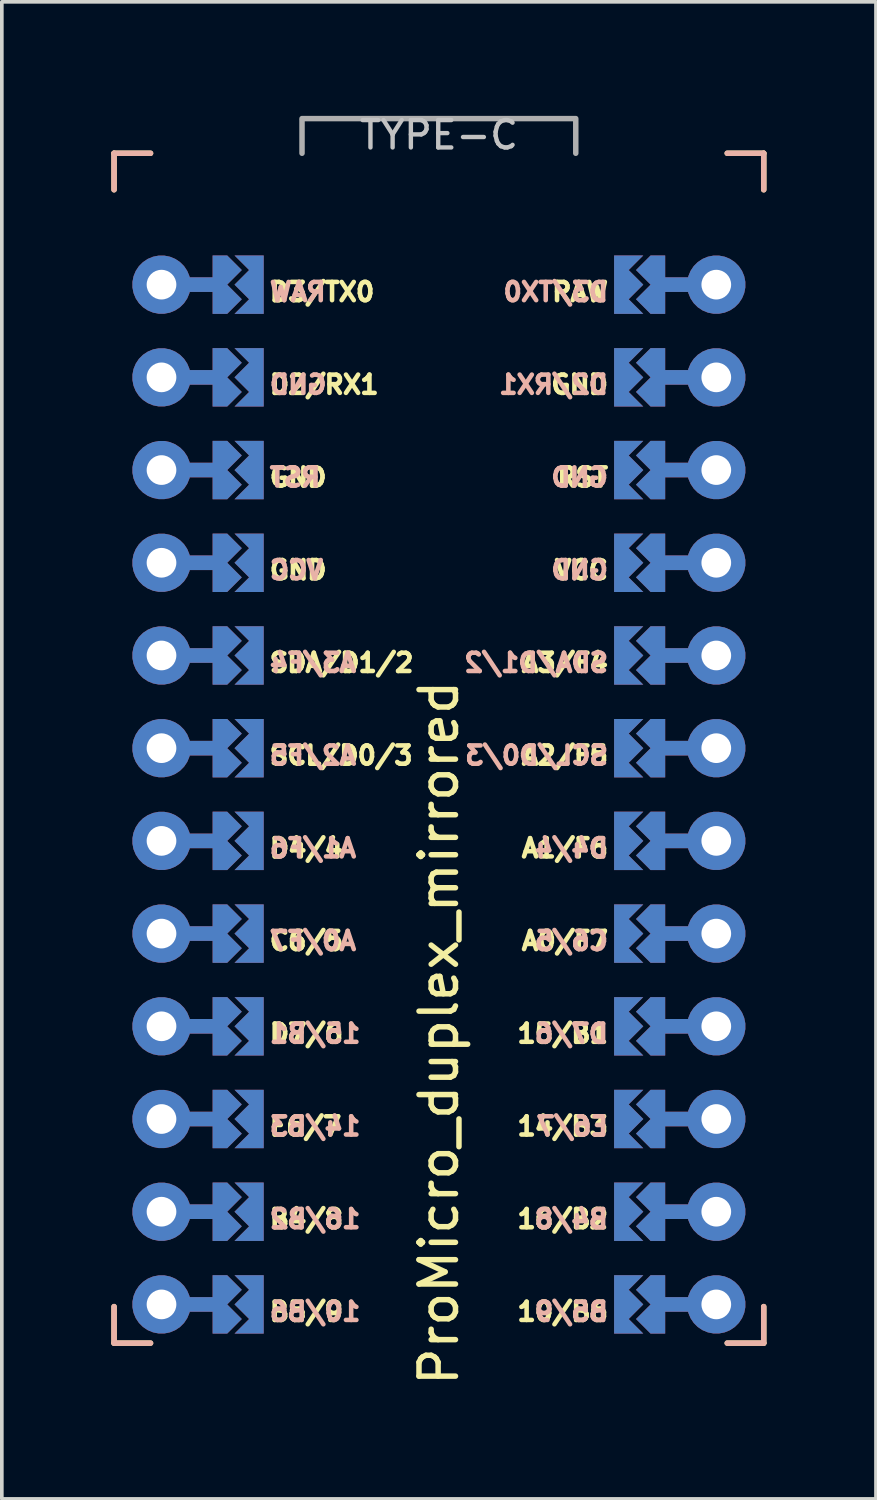
<source format=kicad_pcb>
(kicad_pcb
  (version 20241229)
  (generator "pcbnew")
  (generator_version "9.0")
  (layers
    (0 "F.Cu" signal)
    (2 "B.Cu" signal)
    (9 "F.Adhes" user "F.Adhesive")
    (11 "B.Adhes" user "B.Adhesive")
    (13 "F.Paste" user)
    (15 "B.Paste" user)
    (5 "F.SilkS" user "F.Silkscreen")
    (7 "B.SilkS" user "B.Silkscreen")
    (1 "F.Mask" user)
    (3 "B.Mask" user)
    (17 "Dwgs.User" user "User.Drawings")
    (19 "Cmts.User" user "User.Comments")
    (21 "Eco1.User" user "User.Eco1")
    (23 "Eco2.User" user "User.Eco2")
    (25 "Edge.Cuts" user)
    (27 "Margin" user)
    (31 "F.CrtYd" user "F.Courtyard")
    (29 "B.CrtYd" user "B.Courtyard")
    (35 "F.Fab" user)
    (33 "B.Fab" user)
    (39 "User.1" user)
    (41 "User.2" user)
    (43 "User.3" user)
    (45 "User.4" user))
  (footprint "ProMicro_duplex_mirrored"
    (layer "F.Cu")
    (at 8.975 17.449)
    (property "Reference" "ProMicro_duplex_mirrored" (at 0 7.8 270) (layer "F.SilkS") (effects (font (size 1 1) (thickness 0.15))))
    (attr through_hole)
    (fp_line (start -8.9 -16.3) (end -8.9 -15.3) (stroke (width 0.15) (type solid)) (layer "F.SilkS"))
    (fp_line (start -8.9 -16.3) (end -7.9 -16.3) (stroke (width 0.15) (type solid)) (layer "F.SilkS"))
    (fp_line (start -8.9 15.3) (end -8.9 16.3) (stroke (width 0.15) (type solid)) (layer "F.SilkS"))
    (fp_line (start -8.9 16.3) (end -7.9 16.3) (stroke (width 0.15) (type solid)) (layer "F.SilkS"))
    (fp_line (start 8.9 -16.3) (end 7.9 -16.3) (stroke (width 0.15) (type solid)) (layer "F.SilkS"))
    (fp_line (start 8.9 -16.3) (end 8.9 -15.3) (stroke (width 0.15) (type solid)) (layer "F.SilkS"))
    (fp_line (start 8.9 15.3) (end 8.9 16.3) (stroke (width 0.15) (type solid)) (layer "F.SilkS"))
    (fp_line (start 8.9 16.3) (end 7.9 16.3) (stroke (width 0.15) (type solid)) (layer "F.SilkS"))
    (fp_line (start -8.9 -16.3) (end -8.9 -15.3) (stroke (width 0.15) (type solid)) (layer "B.SilkS"))
    (fp_line (start -8.9 -16.3) (end -7.9 -16.3) (stroke (width 0.15) (type solid)) (layer "B.SilkS"))
    (fp_line (start -8.9 15.3) (end -8.9 16.3) (stroke (width 0.15) (type solid)) (layer "B.SilkS"))
    (fp_line (start -8.9 16.3) (end -7.9 16.3) (stroke (width 0.15) (type solid)) (layer "B.SilkS"))
    (fp_line (start 8.9 -16.3) (end 7.9 -16.3) (stroke (width 0.15) (type solid)) (layer "B.SilkS"))
    (fp_line (start 8.9 -16.3) (end 8.9 -15.3) (stroke (width 0.15) (type solid)) (layer "B.SilkS"))
    (fp_line (start 8.9 15.3) (end 8.9 16.3) (stroke (width 0.15) (type solid)) (layer "B.SilkS"))
    (fp_line (start 8.9 16.3) (end 7.9 16.3) (stroke (width 0.15) (type solid)) (layer "B.SilkS"))
    (fp_line (start -8.9 -16.3) (end -3.75 -16.3) (stroke (width 0.15) (type solid)) (layer "Eco1.User"))
    (fp_line (start -8.9 16.3) (end -8.9 -16.3) (stroke (width 0.15) (type solid)) (layer "Eco1.User"))
    (fp_line (start -8.9 16.3) (end 8.9 16.3) (stroke (width 0.15) (type solid)) (layer "Eco1.User"))
    (fp_line (start -3.75 -16.3) (end 3.75 -16.3) (stroke (width 0.15) (type solid)) (layer "Eco1.User"))
    (fp_line (start 3.75 -16.3) (end 8.9 -16.3) (stroke (width 0.15) (type solid)) (layer "Eco1.User"))
    (fp_line (start 8.9 -16.3) (end 8.9 16.3) (stroke (width 0.15) (type solid)) (layer "Eco1.User"))
    (fp_line (start -3.75 -17.25) (end 3.75 -17.25) (stroke (width 0.15) (type solid)) (layer "F.Fab"))
    (fp_line (start -3.75 -17.2) (end -3.75 -16.3) (stroke (width 0.15) (type solid)) (layer "F.Fab"))
    (fp_line (start 3.75 -17.2) (end 3.75 -16.3) (stroke (width 0.15) (type solid)) (layer "F.Fab"))
    (fp_text user "SDA/D1/2" (at -4.7 -2.34 0) (unlocked yes) (layer "F.SilkS") (effects (font (size 0.5 0.5) (thickness 0.125)) (justify left)))
    (fp_text user "D7/6" (at -4.7 7.82 0) (unlocked yes) (layer "F.SilkS") (effects (font (size 0.5 0.5) (thickness 0.125)) (justify left)))
    (fp_text user "C6/5" (at -4.7 5.28 0) (unlocked yes) (layer "F.SilkS") (effects (font (size 0.5 0.5) (thickness 0.125)) (justify left)))
    (fp_text user "B5/9" (at -4.7 15.44 0) (unlocked yes) (layer "F.SilkS") (effects (font (size 0.5 0.5) (thickness 0.125)) (justify left)))
    (fp_text user "D3/TX0" (at -4.7 -12.5 0) (unlocked yes) (layer "F.SilkS") (effects (font (size 0.5 0.5) (thickness 0.125)) (justify left)))
    (fp_text user "GND" (at 4.7 -9.96 0) (unlocked yes) (layer "F.SilkS") (effects (font (size 0.5 0.5) (thickness 0.125)) (justify right)))
    (fp_text user "D4/4" (at -4.7 2.74 0) (unlocked yes) (layer "F.SilkS") (effects (font (size 0.5 0.5) (thickness 0.125)) (justify left)))
    (fp_text user "A3/F4" (at 4.7 -2.34 0) (unlocked yes) (layer "F.SilkS") (effects (font (size 0.5 0.5) (thickness 0.125)) (justify right)))
    (fp_text user "14/B3" (at 4.7 10.36 0) (unlocked yes) (layer "F.SilkS") (effects (font (size 0.5 0.5) (thickness 0.125)) (justify right)))
    (fp_text user "GND" (at -4.7 -7.42 0) (unlocked yes) (layer "F.SilkS") (effects (font (size 0.5 0.5) (thickness 0.125)) (justify left)))
    (fp_text user "E6/7" (at -4.7 10.36 0) (unlocked yes) (layer "F.SilkS") (effects (font (size 0.5 0.5) (thickness 0.125)) (justify left)))
    (fp_text user "15/B1" (at 4.7 7.82 0) (unlocked yes) (layer "F.SilkS") (effects (font (size 0.5 0.5) (thickness 0.125)) (justify right)))
    (fp_text user "10/B6" (at 4.7 15.44 0) (unlocked yes) (layer "F.SilkS") (effects (font (size 0.5 0.5) (thickness 0.125)) (justify right)))
    (fp_text user "A0/F7" (at 4.7 5.28 0) (unlocked yes) (layer "F.SilkS") (effects (font (size 0.5 0.5) (thickness 0.125)) (justify right)))
    (fp_text user "D2/RX1" (at -4.7 -9.96 0) (unlocked yes) (layer "F.SilkS") (effects (font (size 0.5 0.5) (thickness 0.125)) (justify left)))
    (fp_text user "B4/8" (at -4.7 12.9 0) (unlocked yes) (layer "F.SilkS") (effects (font (size 0.5 0.5) (thickness 0.125)) (justify left)))
    (fp_text user "RST" (at 4.7 -7.42 0) (unlocked yes) (layer "F.SilkS") (effects (font (size 0.5 0.5) (thickness 0.125)) (justify right)))
    (fp_text user "16/B2" (at 4.7 12.9 0) (unlocked yes) (layer "F.SilkS") (effects (font (size 0.5 0.5) (thickness 0.125)) (justify right)))
    (fp_text user "VCC" (at 4.7 -4.88 0) (unlocked yes) (layer "F.SilkS") (effects (font (size 0.5 0.5) (thickness 0.125)) (justify right)))
    (fp_text user "A1/F6" (at 4.7 2.74 0) (unlocked yes) (layer "F.SilkS") (effects (font (size 0.5 0.5) (thickness 0.125)) (justify right)))
    (fp_text user "RAW" (at 4.7 -12.5 0) (unlocked yes) (layer "F.SilkS") (effects (font (size 0.5 0.5) (thickness 0.125)) (justify right)))
    (fp_text user "A2/F5" (at 4.7 0.2 0) (unlocked yes) (layer "F.SilkS") (effects (font (size 0.5 0.5) (thickness 0.125)) (justify right)))
    (fp_text user "GND" (at -4.7 -4.88 0) (unlocked yes) (layer "F.SilkS") (effects (font (size 0.5 0.5) (thickness 0.125)) (justify left)))
    (fp_text user "SCL/D0/3" (at -4.7 0.2 0) (unlocked yes) (layer "F.SilkS") (effects (font (size 0.5 0.5) (thickness 0.125)) (justify left)))
    (fp_text user "GND" (at -4.7 -9.96 0) (unlocked yes) (layer "B.SilkS") (effects (font (size 0.5 0.5) (thickness 0.125)) (justify right mirror)))
    (fp_text user "RST" (at -4.7 -7.42 0) (unlocked yes) (layer "B.SilkS") (effects (font (size 0.5 0.5) (thickness 0.125)) (justify right mirror)))
    (fp_text user "B5/9" (at 4.7 15.44 0) (unlocked yes) (layer "B.SilkS") (effects (font (size 0.5 0.5) (thickness 0.125)) (justify left mirror)))
    (fp_text user "14/B3" (at -4.7 10.36 0) (unlocked yes) (layer "B.SilkS") (effects (font (size 0.5 0.5) (thickness 0.125)) (justify right mirror)))
    (fp_text user "10/B6" (at -4.7 15.44 0) (unlocked yes) (layer "B.SilkS") (effects (font (size 0.5 0.5) (thickness 0.125)) (justify right mirror)))
    (fp_text user "SCL/D0/3" (at 4.7 0.2 0) (unlocked yes) (layer "B.SilkS") (effects (font (size 0.5 0.5) (thickness 0.125)) (justify left mirror)))
    (fp_text user "GND" (at 4.7 -4.88 0) (unlocked yes) (layer "B.SilkS") (effects (font (size 0.5 0.5) (thickness 0.125)) (justify left mirror)))
    (fp_text user "A2/F5" (at -4.7 0.2 0) (unlocked yes) (layer "B.SilkS") (effects (font (size 0.5 0.5) (thickness 0.125)) (justify right mirror)))
    (fp_text user "D7/6" (at 4.7 7.82 0) (unlocked yes) (layer "B.SilkS") (effects (font (size 0.5 0.5) (thickness 0.125)) (justify left mirror)))
    (fp_text user "A1/F6" (at -4.7 2.74 0) (unlocked yes) (layer "B.SilkS") (effects (font (size 0.5 0.5) (thickness 0.125)) (justify right mirror)))
    (fp_text user "SDA/D1/2" (at 4.7 -2.34 0) (unlocked yes) (layer "B.SilkS") (effects (font (size 0.5 0.5) (thickness 0.125)) (justify left mirror)))
    (fp_text user "D4/4" (at 4.7 2.74 0) (unlocked yes) (layer "B.SilkS") (effects (font (size 0.5 0.5) (thickness 0.125)) (justify left mirror)))
    (fp_text user "D3/TX0" (at 4.7 -12.5 0) (unlocked yes) (layer "B.SilkS") (effects (font (size 0.5 0.5) (thickness 0.125)) (justify left mirror)))
    (fp_text user "15/B1" (at -4.7 7.82 0) (unlocked yes) (layer "B.SilkS") (effects (font (size 0.5 0.5) (thickness 0.125)) (justify right mirror)))
    (fp_text user "B4/8" (at 4.7 12.9 0) (unlocked yes) (layer "B.SilkS") (effects (font (size 0.5 0.5) (thickness 0.125)) (justify left mirror)))
    (fp_text user "16/B2" (at -4.7 12.9 0) (unlocked yes) (layer "B.SilkS") (effects (font (size 0.5 0.5) (thickness 0.125)) (justify right mirror)))
    (fp_text user "RAW" (at -4.7 -12.5 0) (unlocked yes) (layer "B.SilkS") (effects (font (size 0.5 0.5) (thickness 0.125)) (justify right mirror)))
    (fp_text user "VCC" (at -4.7 -4.88 0) (unlocked yes) (layer "B.SilkS") (effects (font (size 0.5 0.5) (thickness 0.125)) (justify right mirror)))
    (fp_text user "D2/RX1" (at 4.7 -9.96 0) (unlocked yes) (layer "B.SilkS") (effects (font (size 0.5 0.5) (thickness 0.125)) (justify left mirror)))
    (fp_text user "C6/5" (at 4.7 5.28 0) (unlocked yes) (layer "B.SilkS") (effects (font (size 0.5 0.5) (thickness 0.125)) (justify left mirror)))
    (fp_text user "GND" (at 4.7 -7.42 0) (unlocked yes) (layer "B.SilkS") (effects (font (size 0.5 0.5) (thickness 0.125)) (justify left mirror)))
    (fp_text user "A3/F4" (at -4.7 -2.34 0) (unlocked yes) (layer "B.SilkS") (effects (font (size 0.5 0.5) (thickness 0.125)) (justify right mirror)))
    (fp_text user "E6/7" (at 4.7 10.36 0) (unlocked yes) (layer "B.SilkS") (effects (font (size 0.5 0.5) (thickness 0.125)) (justify left mirror)))
    (fp_text user "A0/F7" (at -4.7 5.28 0) (unlocked yes) (layer "B.SilkS") (effects (font (size 0.5 0.5) (thickness 0.125)) (justify right mirror)))
    (fp_text user "TYPE-C" (at 0 -16.8 0) (layer "Dwgs.User") (effects (font (size 0.75 0.75) (thickness 0.12))))
    (pad "" thru_hole custom (at -7.6 -12.7 90) (size 1.6 1.6) (drill 0.813) (layers "*.Cu" "*.Paste" "*.Mask") (options (anchor circle)) (primitives (gr_poly (pts (xy 0.2 0.7) (xy 0.2 1.4) (xy 0.8 1.4) (xy 0.8 1.8) (xy 0.4 2.2) (xy 0 1.8) (xy -0.4 2.2) (xy -0.8 1.8) (xy -0.8 1.4) (xy -0.2 1.4) (xy -0.2 0.7)) (width 0) (fill yes))))
    (pad "" thru_hole custom (at -7.6 -10.16 90) (size 1.6 1.6) (drill 0.813) (layers "*.Cu" "*.Paste" "*.Mask") (options (anchor circle)) (primitives (gr_poly (pts (xy 0.2 0.7) (xy 0.2 1.4) (xy 0.8 1.4) (xy 0.8 1.8) (xy 0.4 2.2) (xy 0 1.8) (xy -0.4 2.2) (xy -0.8 1.8) (xy -0.8 1.4) (xy -0.2 1.4) (xy -0.2 0.7)) (width 0) (fill yes))))
    (pad "" thru_hole custom (at -7.6 -7.62 90) (size 1.6 1.6) (drill 0.813) (layers "*.Cu" "*.Paste" "*.Mask") (options (anchor circle)) (primitives (gr_poly (pts (xy 0.2 0.7) (xy 0.2 1.4) (xy 0.8 1.4) (xy 0.8 1.8) (xy 0.4 2.2) (xy 0 1.8) (xy -0.4 2.2) (xy -0.8 1.8) (xy -0.8 1.4) (xy -0.2 1.4) (xy -0.2 0.7)) (width 0) (fill yes))))
    (pad "" thru_hole custom (at -7.6 -5.08 90) (size 1.6 1.6) (drill 0.813) (layers "*.Cu" "*.Paste" "*.Mask") (options (anchor circle)) (primitives (gr_poly (pts (xy 0.2 0.7) (xy 0.2 1.4) (xy 0.8 1.4) (xy 0.8 1.8) (xy 0.4 2.2) (xy 0 1.8) (xy -0.4 2.2) (xy -0.8 1.8) (xy -0.8 1.4) (xy -0.2 1.4) (xy -0.2 0.7)) (width 0) (fill yes))))
    (pad "" thru_hole custom (at -7.6 -2.54 90) (size 1.6 1.6) (drill 0.813) (layers "*.Cu" "*.Paste" "*.Mask") (options (anchor circle)) (primitives (gr_poly (pts (xy 0.2 0.7) (xy 0.2 1.4) (xy 0.8 1.4) (xy 0.8 1.8) (xy 0.4 2.2) (xy 0 1.8) (xy -0.4 2.2) (xy -0.8 1.8) (xy -0.8 1.4) (xy -0.2 1.4) (xy -0.2 0.7)) (width 0) (fill yes))))
    (pad "" thru_hole custom (at -7.6 0 90) (size 1.6 1.6) (drill 0.813) (layers "*.Cu" "*.Paste" "*.Mask") (options (anchor circle)) (primitives (gr_poly (pts (xy 0.2 0.7) (xy 0.2 1.4) (xy 0.8 1.4) (xy 0.8 1.8) (xy 0.4 2.2) (xy 0 1.8) (xy -0.4 2.2) (xy -0.8 1.8) (xy -0.8 1.4) (xy -0.2 1.4) (xy -0.2 0.7)) (width 0) (fill yes))))
    (pad "" thru_hole custom (at -7.6 2.54 90) (size 1.6 1.6) (drill 0.813) (layers "*.Cu" "*.Paste" "*.Mask") (options (anchor circle)) (primitives (gr_poly (pts (xy 0.2 0.7) (xy 0.2 1.4) (xy 0.8 1.4) (xy 0.8 1.8) (xy 0.4 2.2) (xy 0 1.8) (xy -0.4 2.2) (xy -0.8 1.8) (xy -0.8 1.4) (xy -0.2 1.4) (xy -0.2 0.7)) (width 0) (fill yes))))
    (pad "" thru_hole custom (at -7.6 5.08 90) (size 1.6 1.6) (drill 0.813) (layers "*.Cu" "*.Paste" "*.Mask") (options (anchor circle)) (primitives (gr_poly (pts (xy 0.2 0.7) (xy 0.2 1.4) (xy 0.8 1.4) (xy 0.8 1.8) (xy 0.4 2.2) (xy 0 1.8) (xy -0.4 2.2) (xy -0.8 1.8) (xy -0.8 1.4) (xy -0.2 1.4) (xy -0.2 0.7)) (width 0) (fill yes))))
    (pad "" thru_hole custom (at -7.6 7.62 90) (size 1.6 1.6) (drill 0.813) (layers "*.Cu" "*.Paste" "*.Mask") (options (anchor circle)) (primitives (gr_poly (pts (xy 0.2 0.7) (xy 0.2 1.4) (xy 0.8 1.4) (xy 0.8 1.8) (xy 0.4 2.2) (xy 0 1.8) (xy -0.4 2.2) (xy -0.8 1.8) (xy -0.8 1.4) (xy -0.2 1.4) (xy -0.2 0.7)) (width 0) (fill yes))))
    (pad "" thru_hole custom (at -7.6 10.16 90) (size 1.6 1.6) (drill 0.813) (layers "*.Cu" "*.Paste" "*.Mask") (options (anchor circle)) (primitives (gr_poly (pts (xy 0.2 0.7) (xy 0.2 1.4) (xy 0.8 1.4) (xy 0.8 1.8) (xy 0.4 2.2) (xy 0 1.8) (xy -0.4 2.2) (xy -0.8 1.8) (xy -0.8 1.4) (xy -0.2 1.4) (xy -0.2 0.7)) (width 0) (fill yes))))
    (pad "" thru_hole custom (at -7.6 12.7 90) (size 1.6 1.6) (drill 0.813) (layers "*.Cu" "*.Paste" "*.Mask") (options (anchor circle)) (primitives (gr_poly (pts (xy 0.2 0.7) (xy 0.2 1.4) (xy 0.8 1.4) (xy 0.8 1.8) (xy 0.4 2.2) (xy 0 1.8) (xy -0.4 2.2) (xy -0.8 1.8) (xy -0.8 1.4) (xy -0.2 1.4) (xy -0.2 0.7)) (width 0) (fill yes))))
    (pad "" thru_hole custom (at -7.6 15.24 90) (size 1.6 1.6) (drill 0.813) (layers "*.Cu" "*.Paste" "*.Mask") (options (anchor circle)) (primitives (gr_poly (pts (xy 0.2 0.7) (xy 0.2 1.4) (xy 0.8 1.4) (xy 0.8 1.8) (xy 0.4 2.2) (xy 0 1.8) (xy -0.4 2.2) (xy -0.8 1.8) (xy -0.8 1.4) (xy -0.2 1.4) (xy -0.2 0.7)) (width 0) (fill yes))))
    (pad "" thru_hole custom (at 7.6 -12.7 270) (size 1.6 1.6) (drill 0.813) (layers "*.Cu" "*.Paste" "*.Mask") (options (anchor circle)) (primitives (gr_poly (pts (xy -0.2 0.7) (xy -0.2 1.4) (xy -0.8 1.4) (xy -0.8 1.8) (xy -0.4 2.2) (xy 0 1.8) (xy 0.4 2.2) (xy 0.8 1.8) (xy 0.8 1.4) (xy 0.2 1.4) (xy 0.2 0.7)) (width 0) (fill yes))))
    (pad "" thru_hole custom (at 7.6 -10.16 270) (size 1.6 1.6) (drill 0.813) (layers "*.Cu" "*.Paste" "*.Mask") (options (anchor circle)) (primitives (gr_poly (pts (xy -0.2 0.7) (xy -0.2 1.4) (xy -0.8 1.4) (xy -0.8 1.8) (xy -0.4 2.2) (xy 0 1.8) (xy 0.4 2.2) (xy 0.8 1.8) (xy 0.8 1.4) (xy 0.2 1.4) (xy 0.2 0.7)) (width 0) (fill yes))))
    (pad "" thru_hole custom (at 7.6 -7.62 270) (size 1.6 1.6) (drill 0.813) (layers "*.Cu" "*.Paste" "*.Mask") (options (anchor circle)) (primitives (gr_poly (pts (xy -0.2 0.7) (xy -0.2 1.4) (xy -0.8 1.4) (xy -0.8 1.8) (xy -0.4 2.2) (xy 0 1.8) (xy 0.4 2.2) (xy 0.8 1.8) (xy 0.8 1.4) (xy 0.2 1.4) (xy 0.2 0.7)) (width 0) (fill yes))))
    (pad "" thru_hole custom (at 7.6 -5.08 270) (size 1.6 1.6) (drill 0.813) (layers "*.Cu" "*.Paste" "*.Mask") (options (anchor circle)) (primitives (gr_poly (pts (xy -0.2 0.7) (xy -0.2 1.4) (xy -0.8 1.4) (xy -0.8 1.8) (xy -0.4 2.2) (xy 0 1.8) (xy 0.4 2.2) (xy 0.8 1.8) (xy 0.8 1.4) (xy 0.2 1.4) (xy 0.2 0.7)) (width 0) (fill yes))))
    (pad "" thru_hole custom (at 7.6 -2.54 270) (size 1.6 1.6) (drill 0.813) (layers "*.Cu" "*.Paste" "*.Mask") (options (anchor circle)) (primitives (gr_poly (pts (xy -0.2 0.7) (xy -0.2 1.4) (xy -0.8 1.4) (xy -0.8 1.8) (xy -0.4 2.2) (xy 0 1.8) (xy 0.4 2.2) (xy 0.8 1.8) (xy 0.8 1.4) (xy 0.2 1.4) (xy 0.2 0.7)) (width 0) (fill yes))))
    (pad "" thru_hole custom (at 7.6 0 270) (size 1.6 1.6) (drill 0.813) (layers "*.Cu" "*.Paste" "*.Mask") (options (anchor circle)) (primitives (gr_poly (pts (xy -0.2 0.7) (xy -0.2 1.4) (xy -0.8 1.4) (xy -0.8 1.8) (xy -0.4 2.2) (xy 0 1.8) (xy 0.4 2.2) (xy 0.8 1.8) (xy 0.8 1.4) (xy 0.2 1.4) (xy 0.2 0.7)) (width 0) (fill yes))))
    (pad "" thru_hole custom (at 7.6 2.54 270) (size 1.6 1.6) (drill 0.813) (layers "*.Cu" "*.Paste" "*.Mask") (options (anchor circle)) (primitives (gr_poly (pts (xy -0.2 0.7) (xy -0.2 1.4) (xy -0.8 1.4) (xy -0.8 1.8) (xy -0.4 2.2) (xy 0 1.8) (xy 0.4 2.2) (xy 0.8 1.8) (xy 0.8 1.4) (xy 0.2 1.4) (xy 0.2 0.7)) (width 0) (fill yes))))
    (pad "" thru_hole custom (at 7.6 5.08 270) (size 1.6 1.6) (drill 0.813) (layers "*.Cu" "*.Paste" "*.Mask") (options (anchor circle)) (primitives (gr_poly (pts (xy -0.2 0.7) (xy -0.2 1.4) (xy -0.8 1.4) (xy -0.8 1.8) (xy -0.4 2.2) (xy 0 1.8) (xy 0.4 2.2) (xy 0.8 1.8) (xy 0.8 1.4) (xy 0.2 1.4) (xy 0.2 0.7)) (width 0) (fill yes))))
    (pad "" thru_hole custom (at 7.6 7.62 270) (size 1.6 1.6) (drill 0.813) (layers "*.Cu" "*.Paste" "*.Mask") (options (anchor circle)) (primitives (gr_poly (pts (xy -0.2 0.7) (xy -0.2 1.4) (xy -0.8 1.4) (xy -0.8 1.8) (xy -0.4 2.2) (xy 0 1.8) (xy 0.4 2.2) (xy 0.8 1.8) (xy 0.8 1.4) (xy 0.2 1.4) (xy 0.2 0.7)) (width 0) (fill yes))))
    (pad "" thru_hole custom (at 7.6 10.16 270) (size 1.6 1.6) (drill 0.813) (layers "*.Cu" "*.Paste" "*.Mask") (options (anchor circle)) (primitives (gr_poly (pts (xy -0.2 0.7) (xy -0.2 1.4) (xy -0.8 1.4) (xy -0.8 1.8) (xy -0.4 2.2) (xy 0 1.8) (xy 0.4 2.2) (xy 0.8 1.8) (xy 0.8 1.4) (xy 0.2 1.4) (xy 0.2 0.7)) (width 0) (fill yes))))
    (pad "" thru_hole custom (at 7.6 12.7 270) (size 1.6 1.6) (drill 0.813) (layers "*.Cu" "*.Paste" "*.Mask") (options (anchor circle)) (primitives (gr_poly (pts (xy -0.2 0.7) (xy -0.2 1.4) (xy -0.8 1.4) (xy -0.8 1.8) (xy -0.4 2.2) (xy 0 1.8) (xy 0.4 2.2) (xy 0.8 1.8) (xy 0.8 1.4) (xy 0.2 1.4) (xy 0.2 0.7)) (width 0) (fill yes))))
    (pad "" thru_hole custom (at 7.6 15.24 270) (size 1.6 1.6) (drill 0.813) (layers "*.Cu" "*.Paste" "*.Mask") (options (anchor circle)) (primitives (gr_poly (pts (xy -0.2 0.7) (xy -0.2 1.4) (xy -0.8 1.4) (xy -0.8 1.8) (xy -0.4 2.2) (xy 0 1.8) (xy 0.4 2.2) (xy 0.8 1.8) (xy 0.8 1.4) (xy 0.2 1.4) (xy 0.2 0.7)) (width 0) (fill yes))))
    (pad "1" smd custom (at -4.9 -12.7) (size 0.2 1.6) (layers "F.Cu" "F.Mask" "F.Paste") (options (anchor rect)) (primitives (gr_poly (pts (xy -0.7 -0.8) (xy -0.3 -0.4) (xy -0.7 0) (xy -0.3 0.4) (xy -0.7 0.8) (xy 0.1 0.8) (xy -0.1 0) (xy 0.1 -0.8)) (width 0) (fill yes))))
    (pad "1" smd custom (at 4.9 -12.7) (size 0.2 1.6) (layers "B.Cu" "B.Mask" "B.Paste") (options (anchor rect)) (primitives (gr_poly (pts (xy 0.7 -0.8) (xy 0.3 -0.4) (xy 0.7 0) (xy 0.3 0.4) (xy 0.7 0.8) (xy -0.1 0.8) (xy 0.1 0) (xy -0.1 -0.8)) (width 0) (fill yes))))
    (pad "2" smd custom (at -4.9 -10.16) (size 0.2 1.6) (layers "F.Cu" "F.Mask" "F.Paste") (options (anchor rect)) (primitives (gr_poly (pts (xy -0.7 -0.8) (xy -0.3 -0.4) (xy -0.7 0) (xy -0.3 0.4) (xy -0.7 0.8) (xy 0.1 0.8) (xy -0.1 0) (xy 0.1 -0.8)) (width 0) (fill yes))))
    (pad "2" smd custom (at 4.9 -10.16) (size 0.2 1.6) (layers "B.Cu" "B.Mask" "B.Paste") (options (anchor rect)) (primitives (gr_poly (pts (xy 0.7 -0.8) (xy 0.3 -0.4) (xy 0.7 0) (xy 0.3 0.4) (xy 0.7 0.8) (xy -0.1 0.8) (xy 0.1 0) (xy -0.1 -0.8)) (width 0) (fill yes))))
    (pad "3" smd custom (at -4.9 -7.62) (size 0.2 1.6) (layers "F.Cu" "F.Mask" "F.Paste") (options (anchor rect)) (primitives (gr_poly (pts (xy -0.7 -0.8) (xy -0.3 -0.4) (xy -0.7 0) (xy -0.3 0.4) (xy -0.7 0.8) (xy 0.1 0.8) (xy -0.1 0) (xy 0.1 -0.8)) (width 0) (fill yes))))
    (pad "3" smd custom (at 4.9 -7.62) (size 0.2 1.6) (layers "B.Cu" "B.Mask" "B.Paste") (options (anchor rect)) (primitives (gr_poly (pts (xy 0.7 -0.8) (xy 0.3 -0.4) (xy 0.7 0) (xy 0.3 0.4) (xy 0.7 0.8) (xy -0.1 0.8) (xy 0.1 0) (xy -0.1 -0.8)) (width 0) (fill yes))))
    (pad "4" smd custom (at -4.9 -5.08) (size 0.2 1.6) (layers "F.Cu" "F.Mask" "F.Paste") (options (anchor rect)) (primitives (gr_poly (pts (xy -0.7 -0.8) (xy -0.3 -0.4) (xy -0.7 0) (xy -0.3 0.4) (xy -0.7 0.8) (xy 0.1 0.8) (xy -0.1 0) (xy 0.1 -0.8)) (width 0) (fill yes))))
    (pad "4" smd custom (at 4.9 -5.08) (size 0.2 1.6) (layers "B.Cu" "B.Mask" "B.Paste") (options (anchor rect)) (primitives (gr_poly (pts (xy 0.7 -0.8) (xy 0.3 -0.4) (xy 0.7 0) (xy 0.3 0.4) (xy 0.7 0.8) (xy -0.1 0.8) (xy 0.1 0) (xy -0.1 -0.8)) (width 0) (fill yes))))
    (pad "5" smd custom (at -4.9 -2.54) (size 0.2 1.6) (layers "F.Cu" "F.Mask" "F.Paste") (options (anchor rect)) (primitives (gr_poly (pts (xy -0.7 -0.8) (xy -0.3 -0.4) (xy -0.7 0) (xy -0.3 0.4) (xy -0.7 0.8) (xy 0.1 0.8) (xy -0.1 0) (xy 0.1 -0.8)) (width 0) (fill yes))))
    (pad "5" smd custom (at 4.9 -2.54) (size 0.2 1.6) (layers "B.Cu" "B.Mask" "B.Paste") (options (anchor rect)) (primitives (gr_poly (pts (xy 0.7 -0.8) (xy 0.3 -0.4) (xy 0.7 0) (xy 0.3 0.4) (xy 0.7 0.8) (xy -0.1 0.8) (xy 0.1 0) (xy -0.1 -0.8)) (width 0) (fill yes))))
    (pad "6" smd custom (at -4.9 0) (size 0.2 1.6) (layers "F.Cu" "F.Mask" "F.Paste") (options (anchor rect)) (primitives (gr_poly (pts (xy -0.7 -0.8) (xy -0.3 -0.4) (xy -0.7 0) (xy -0.3 0.4) (xy -0.7 0.8) (xy 0.1 0.8) (xy -0.1 0) (xy 0.1 -0.8)) (width 0) (fill yes))))
    (pad "6" smd custom (at 4.9 0) (size 0.2 1.6) (layers "B.Cu" "B.Mask" "B.Paste") (options (anchor rect)) (primitives (gr_poly (pts (xy 0.7 -0.8) (xy 0.3 -0.4) (xy 0.7 0) (xy 0.3 0.4) (xy 0.7 0.8) (xy -0.1 0.8) (xy 0.1 0) (xy -0.1 -0.8)) (width 0) (fill yes))))
    (pad "7" smd custom (at -4.9 2.54) (size 0.2 1.6) (layers "F.Cu" "F.Mask" "F.Paste") (options (anchor rect)) (primitives (gr_poly (pts (xy -0.7 -0.8) (xy -0.3 -0.4) (xy -0.7 0) (xy -0.3 0.4) (xy -0.7 0.8) (xy 0.1 0.8) (xy -0.1 0) (xy 0.1 -0.8)) (width 0) (fill yes))))
    (pad "7" smd custom (at 4.9 2.54) (size 0.2 1.6) (layers "B.Cu" "B.Mask" "B.Paste") (options (anchor rect)) (primitives (gr_poly (pts (xy 0.7 -0.8) (xy 0.3 -0.4) (xy 0.7 0) (xy 0.3 0.4) (xy 0.7 0.8) (xy -0.1 0.8) (xy 0.1 0) (xy -0.1 -0.8)) (width 0) (fill yes))))
    (pad "8" smd custom (at -4.9 5.08) (size 0.2 1.6) (layers "F.Cu" "F.Mask" "F.Paste") (options (anchor rect)) (primitives (gr_poly (pts (xy -0.7 -0.8) (xy -0.3 -0.4) (xy -0.7 0) (xy -0.3 0.4) (xy -0.7 0.8) (xy 0.1 0.8) (xy -0.1 0) (xy 0.1 -0.8)) (width 0) (fill yes))))
    (pad "8" smd custom (at 4.9 5.08) (size 0.2 1.6) (layers "B.Cu" "B.Mask" "B.Paste") (options (anchor rect)) (primitives (gr_poly (pts (xy 0.7 -0.8) (xy 0.3 -0.4) (xy 0.7 0) (xy 0.3 0.4) (xy 0.7 0.8) (xy -0.1 0.8) (xy 0.1 0) (xy -0.1 -0.8)) (width 0) (fill yes))))
    (pad "9" smd custom (at -4.9 7.62) (size 0.2 1.6) (layers "F.Cu" "F.Mask" "F.Paste") (options (anchor rect)) (primitives (gr_poly (pts (xy -0.7 -0.8) (xy -0.3 -0.4) (xy -0.7 0) (xy -0.3 0.4) (xy -0.7 0.8) (xy 0.1 0.8) (xy -0.1 0) (xy 0.1 -0.8)) (width 0) (fill yes))))
    (pad "9" smd custom (at 4.9 7.62) (size 0.2 1.6) (layers "B.Cu" "B.Mask" "B.Paste") (options (anchor rect)) (primitives (gr_poly (pts (xy 0.7 -0.8) (xy 0.3 -0.4) (xy 0.7 0) (xy 0.3 0.4) (xy 0.7 0.8) (xy -0.1 0.8) (xy 0.1 0) (xy -0.1 -0.8)) (width 0) (fill yes))))
    (pad "10" smd custom (at -4.9 10.16) (size 0.2 1.6) (layers "F.Cu" "F.Mask" "F.Paste") (options (anchor rect)) (primitives (gr_poly (pts (xy -0.7 -0.8) (xy -0.3 -0.4) (xy -0.7 0) (xy -0.3 0.4) (xy -0.7 0.8) (xy 0.1 0.8) (xy -0.1 0) (xy 0.1 -0.8)) (width 0) (fill yes))))
    (pad "10" smd custom (at 4.9 10.16) (size 0.2 1.6) (layers "B.Cu" "B.Mask" "B.Paste") (options (anchor rect)) (primitives (gr_poly (pts (xy 0.7 -0.8) (xy 0.3 -0.4) (xy 0.7 0) (xy 0.3 0.4) (xy 0.7 0.8) (xy -0.1 0.8) (xy 0.1 0) (xy -0.1 -0.8)) (width 0) (fill yes))))
    (pad "11" smd custom (at -4.9 12.7) (size 0.2 1.6) (layers "F.Cu" "F.Mask" "F.Paste") (options (anchor rect)) (primitives (gr_poly (pts (xy -0.7 -0.8) (xy -0.3 -0.4) (xy -0.7 0) (xy -0.3 0.4) (xy -0.7 0.8) (xy 0.1 0.8) (xy -0.1 0) (xy 0.1 -0.8)) (width 0) (fill yes))))
    (pad "11" smd custom (at 4.9 12.7) (size 0.2 1.6) (layers "B.Cu" "B.Mask" "B.Paste") (options (anchor rect)) (primitives (gr_poly (pts (xy 0.7 -0.8) (xy 0.3 -0.4) (xy 0.7 0) (xy 0.3 0.4) (xy 0.7 0.8) (xy -0.1 0.8) (xy 0.1 0) (xy -0.1 -0.8)) (width 0) (fill yes))))
    (pad "12" smd custom (at -4.9 15.24) (size 0.2 1.6) (layers "F.Cu" "F.Mask" "F.Paste") (options (anchor rect)) (primitives (gr_poly (pts (xy -0.7 -0.8) (xy -0.3 -0.4) (xy -0.7 0) (xy -0.3 0.4) (xy -0.7 0.8) (xy 0.1 0.8) (xy -0.1 0) (xy 0.1 -0.8)) (width 0) (fill yes))))
    (pad "12" smd custom (at 4.9 15.24) (size 0.2 1.6) (layers "B.Cu" "B.Mask" "B.Paste") (options (anchor rect)) (primitives (gr_poly (pts (xy 0.7 -0.8) (xy 0.3 -0.4) (xy 0.7 0) (xy 0.3 0.4) (xy 0.7 0.8) (xy -0.1 0.8) (xy 0.1 0) (xy -0.1 -0.8)) (width 0) (fill yes))))
    (pad "13" smd custom (at -4.9 15.24) (size 0.2 1.6) (layers "B.Cu" "B.Mask" "B.Paste") (options (anchor rect)) (primitives (gr_poly (pts (xy -0.7 -0.8) (xy -0.3 -0.4) (xy -0.7 0) (xy -0.3 0.4) (xy -0.7 0.8) (xy 0.1 0.8) (xy -0.1 0) (xy 0.1 -0.8)) (width 0) (fill yes))))
    (pad "13" smd custom (at 4.9 15.24) (size 0.2 1.6) (layers "F.Cu" "F.Mask" "F.Paste") (options (anchor rect)) (primitives (gr_poly (pts (xy 0.7 -0.8) (xy 0.3 -0.4) (xy 0.7 0) (xy 0.3 0.4) (xy 0.7 0.8) (xy -0.1 0.8) (xy 0.1 0) (xy -0.1 -0.8)) (width 0) (fill yes))))
    (pad "14" smd custom (at -4.9 12.7) (size 0.2 1.6) (layers "B.Cu" "B.Mask" "B.Paste") (options (anchor rect)) (primitives (gr_poly (pts (xy -0.7 -0.8) (xy -0.3 -0.4) (xy -0.7 0) (xy -0.3 0.4) (xy -0.7 0.8) (xy 0.1 0.8) (xy -0.1 0) (xy 0.1 -0.8)) (width 0) (fill yes))))
    (pad "14" smd custom (at 4.9 12.7) (size 0.2 1.6) (layers "F.Cu" "F.Mask" "F.Paste") (options (anchor rect)) (primitives (gr_poly (pts (xy 0.7 -0.8) (xy 0.3 -0.4) (xy 0.7 0) (xy 0.3 0.4) (xy 0.7 0.8) (xy -0.1 0.8) (xy 0.1 0) (xy -0.1 -0.8)) (width 0) (fill yes))))
    (pad "15" smd custom (at -4.9 10.16) (size 0.2 1.6) (layers "B.Cu" "B.Mask" "B.Paste") (options (anchor rect)) (primitives (gr_poly (pts (xy -0.7 -0.8) (xy -0.3 -0.4) (xy -0.7 0) (xy -0.3 0.4) (xy -0.7 0.8) (xy 0.1 0.8) (xy -0.1 0) (xy 0.1 -0.8)) (width 0) (fill yes))))
    (pad "15" smd custom (at 4.9 10.16) (size 0.2 1.6) (layers "F.Cu" "F.Mask" "F.Paste") (options (anchor rect)) (primitives (gr_poly (pts (xy 0.7 -0.8) (xy 0.3 -0.4) (xy 0.7 0) (xy 0.3 0.4) (xy 0.7 0.8) (xy -0.1 0.8) (xy 0.1 0) (xy -0.1 -0.8)) (width 0) (fill yes))))
    (pad "16" smd custom (at -4.9 7.62) (size 0.2 1.6) (layers "B.Cu" "B.Mask" "B.Paste") (options (anchor rect)) (primitives (gr_poly (pts (xy -0.7 -0.8) (xy -0.3 -0.4) (xy -0.7 0) (xy -0.3 0.4) (xy -0.7 0.8) (xy 0.1 0.8) (xy -0.1 0) (xy 0.1 -0.8)) (width 0) (fill yes))))
    (pad "16" smd custom (at 4.9 7.62) (size 0.2 1.6) (layers "F.Cu" "F.Mask" "F.Paste") (options (anchor rect)) (primitives (gr_poly (pts (xy 0.7 -0.8) (xy 0.3 -0.4) (xy 0.7 0) (xy 0.3 0.4) (xy 0.7 0.8) (xy -0.1 0.8) (xy 0.1 0) (xy -0.1 -0.8)) (width 0) (fill yes))))
    (pad "17" smd custom (at -4.9 5.08) (size 0.2 1.6) (layers "B.Cu" "B.Mask" "B.Paste") (options (anchor rect)) (primitives (gr_poly (pts (xy -0.7 -0.8) (xy -0.3 -0.4) (xy -0.7 0) (xy -0.3 0.4) (xy -0.7 0.8) (xy 0.1 0.8) (xy -0.1 0) (xy 0.1 -0.8)) (width 0) (fill yes))))
    (pad "17" smd custom (at 4.9 5.08) (size 0.2 1.6) (layers "F.Cu" "F.Mask" "F.Paste") (options (anchor rect)) (primitives (gr_poly (pts (xy 0.7 -0.8) (xy 0.3 -0.4) (xy 0.7 0) (xy 0.3 0.4) (xy 0.7 0.8) (xy -0.1 0.8) (xy 0.1 0) (xy -0.1 -0.8)) (width 0) (fill yes))))
    (pad "18" smd custom (at -4.9 2.54) (size 0.2 1.6) (layers "B.Cu" "B.Mask" "B.Paste") (options (anchor rect)) (primitives (gr_poly (pts (xy -0.7 -0.8) (xy -0.3 -0.4) (xy -0.7 0) (xy -0.3 0.4) (xy -0.7 0.8) (xy 0.1 0.8) (xy -0.1 0) (xy 0.1 -0.8)) (width 0) (fill yes))))
    (pad "18" smd custom (at 4.9 2.54) (size 0.2 1.6) (layers "F.Cu" "F.Mask" "F.Paste") (options (anchor rect)) (primitives (gr_poly (pts (xy 0.7 -0.8) (xy 0.3 -0.4) (xy 0.7 0) (xy 0.3 0.4) (xy 0.7 0.8) (xy -0.1 0.8) (xy 0.1 0) (xy -0.1 -0.8)) (width 0) (fill yes))))
    (pad "19" smd custom (at -4.9 0) (size 0.2 1.6) (layers "B.Cu" "B.Mask" "B.Paste") (options (anchor rect)) (primitives (gr_poly (pts (xy -0.7 -0.8) (xy -0.3 -0.4) (xy -0.7 0) (xy -0.3 0.4) (xy -0.7 0.8) (xy 0.1 0.8) (xy -0.1 0) (xy 0.1 -0.8)) (width 0) (fill yes))))
    (pad "19" smd custom (at 4.9 0) (size 0.2 1.6) (layers "F.Cu" "F.Mask" "F.Paste") (options (anchor rect)) (primitives (gr_poly (pts (xy 0.7 -0.8) (xy 0.3 -0.4) (xy 0.7 0) (xy 0.3 0.4) (xy 0.7 0.8) (xy -0.1 0.8) (xy 0.1 0) (xy -0.1 -0.8)) (width 0) (fill yes))))
    (pad "20" smd custom (at -4.9 -2.54) (size 0.2 1.6) (layers "B.Cu" "B.Mask" "B.Paste") (options (anchor rect)) (primitives (gr_poly (pts (xy -0.7 -0.8) (xy -0.3 -0.4) (xy -0.7 0) (xy -0.3 0.4) (xy -0.7 0.8) (xy 0.1 0.8) (xy -0.1 0) (xy 0.1 -0.8)) (width 0) (fill yes))))
    (pad "20" smd custom (at 4.9 -2.54) (size 0.2 1.6) (layers "F.Cu" "F.Mask" "F.Paste") (options (anchor rect)) (primitives (gr_poly (pts (xy 0.7 -0.8) (xy 0.3 -0.4) (xy 0.7 0) (xy 0.3 0.4) (xy 0.7 0.8) (xy -0.1 0.8) (xy 0.1 0) (xy -0.1 -0.8)) (width 0) (fill yes))))
    (pad "21" smd custom (at -4.9 -5.08) (size 0.2 1.6) (layers "B.Cu" "B.Mask" "B.Paste") (options (anchor rect)) (primitives (gr_poly (pts (xy -0.7 -0.8) (xy -0.3 -0.4) (xy -0.7 0) (xy -0.3 0.4) (xy -0.7 0.8) (xy 0.1 0.8) (xy -0.1 0) (xy 0.1 -0.8)) (width 0) (fill yes))))
    (pad "21" smd custom (at 4.9 -5.08) (size 0.2 1.6) (layers "F.Cu" "F.Mask" "F.Paste") (options (anchor rect)) (primitives (gr_poly (pts (xy 0.7 -0.8) (xy 0.3 -0.4) (xy 0.7 0) (xy 0.3 0.4) (xy 0.7 0.8) (xy -0.1 0.8) (xy 0.1 0) (xy -0.1 -0.8)) (width 0) (fill yes))))
    (pad "22" smd custom (at -4.9 -7.62) (size 0.2 1.6) (layers "B.Cu" "B.Mask" "B.Paste") (options (anchor rect)) (primitives (gr_poly (pts (xy -0.7 -0.8) (xy -0.3 -0.4) (xy -0.7 0) (xy -0.3 0.4) (xy -0.7 0.8) (xy 0.1 0.8) (xy -0.1 0) (xy 0.1 -0.8)) (width 0) (fill yes))))
    (pad "22" smd custom (at 4.9 -7.62) (size 0.2 1.6) (layers "F.Cu" "F.Mask" "F.Paste") (options (anchor rect)) (primitives (gr_poly (pts (xy 0.7 -0.8) (xy 0.3 -0.4) (xy 0.7 0) (xy 0.3 0.4) (xy 0.7 0.8) (xy -0.1 0.8) (xy 0.1 0) (xy -0.1 -0.8)) (width 0) (fill yes))))
    (pad "23" smd custom (at -4.9 -10.16) (size 0.2 1.6) (layers "B.Cu" "B.Mask" "B.Paste") (options (anchor rect)) (primitives (gr_poly (pts (xy -0.7 -0.8) (xy -0.3 -0.4) (xy -0.7 0) (xy -0.3 0.4) (xy -0.7 0.8) (xy 0.1 0.8) (xy -0.1 0) (xy 0.1 -0.8)) (width 0) (fill yes))))
    (pad "23" smd custom (at 4.9 -10.16) (size 0.2 1.6) (layers "F.Cu" "F.Mask" "F.Paste") (options (anchor rect)) (primitives (gr_poly (pts (xy 0.7 -0.8) (xy 0.3 -0.4) (xy 0.7 0) (xy 0.3 0.4) (xy 0.7 0.8) (xy -0.1 0.8) (xy 0.1 0) (xy -0.1 -0.8)) (width 0) (fill yes))))
    (pad "24" smd custom (at -4.9 -12.7) (size 0.2 1.6) (layers "B.Cu" "B.Mask" "B.Paste") (options (anchor rect)) (primitives (gr_poly (pts (xy -0.7 -0.8) (xy -0.3 -0.4) (xy -0.7 0) (xy -0.3 0.4) (xy -0.7 0.8) (xy 0.1 0.8) (xy -0.1 0) (xy 0.1 -0.8)) (width 0) (fill yes))))
    (pad "24" smd custom (at 4.9 -12.7) (size 0.2 1.6) (layers "F.Cu" "F.Mask" "F.Paste") (options (anchor rect)) (primitives (gr_poly (pts (xy 0.7 -0.8) (xy 0.3 -0.4) (xy 0.7 0) (xy 0.3 0.4) (xy 0.7 0.8) (xy -0.1 0.8) (xy 0.1 0) (xy -0.1 -0.8)) (width 0) (fill yes)))))
  (gr_rect
    (start -3 -3)
    (end 20.95 38.017)
    (stroke (width 0.1) (type default))
    (fill no)
    (layer "Edge.Cuts")))
</source>
